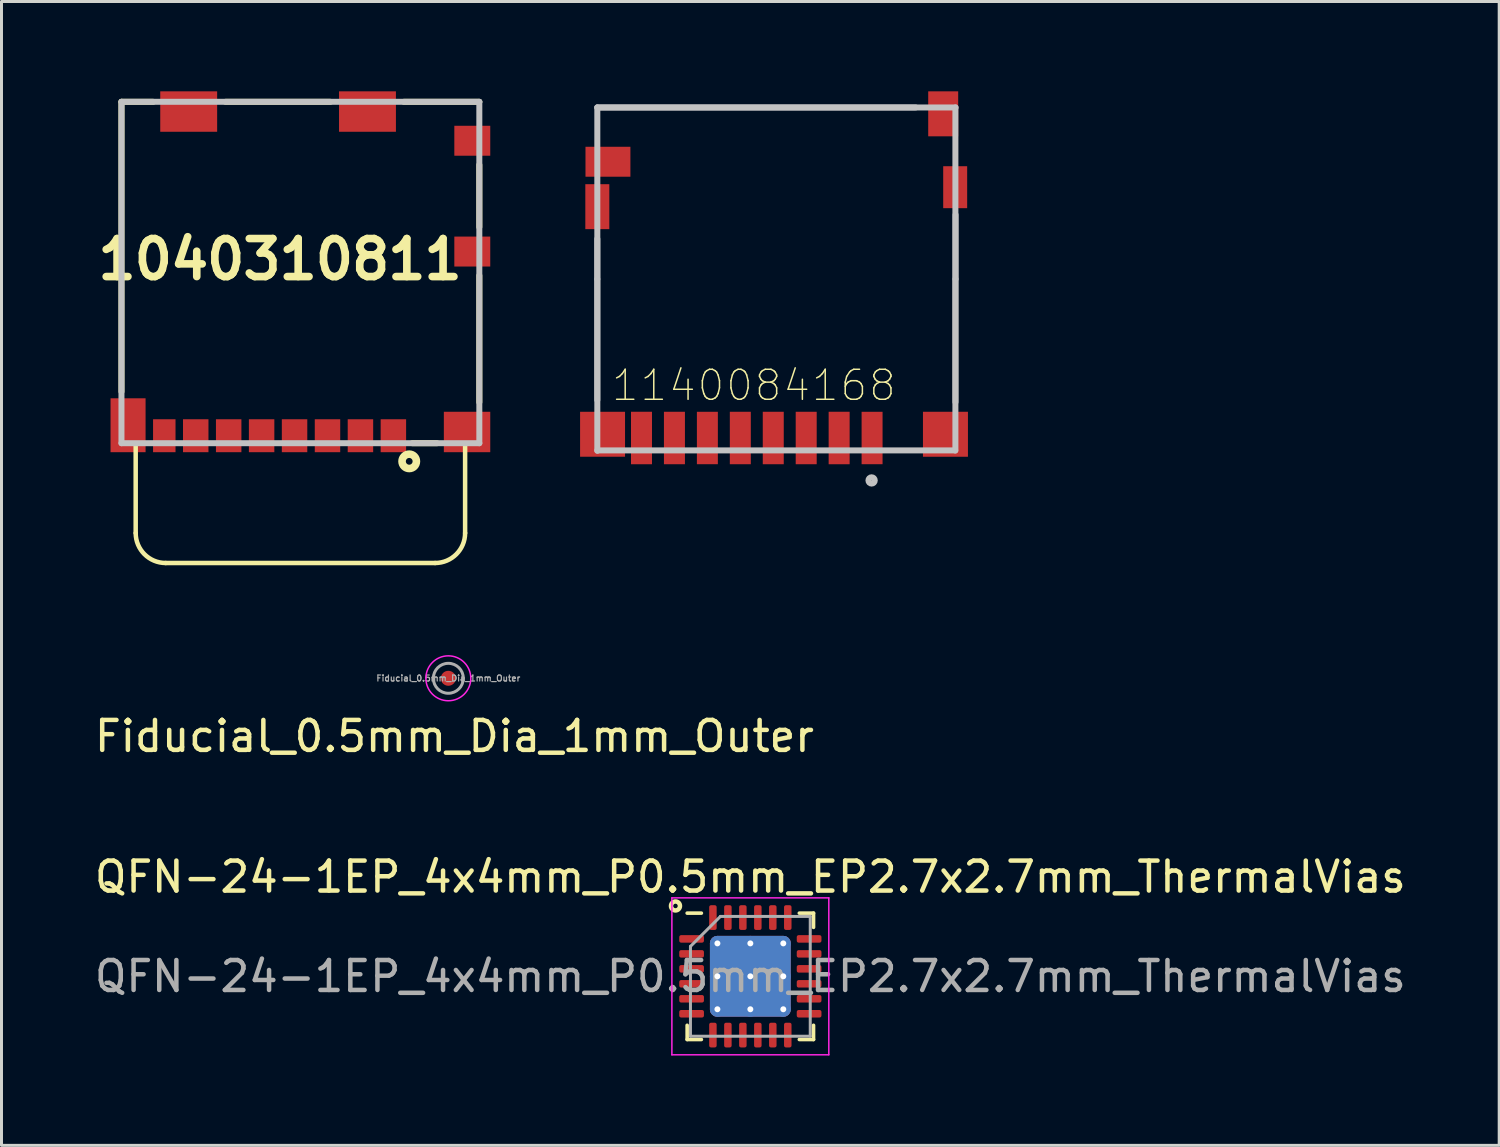
<source format=kicad_pcb>
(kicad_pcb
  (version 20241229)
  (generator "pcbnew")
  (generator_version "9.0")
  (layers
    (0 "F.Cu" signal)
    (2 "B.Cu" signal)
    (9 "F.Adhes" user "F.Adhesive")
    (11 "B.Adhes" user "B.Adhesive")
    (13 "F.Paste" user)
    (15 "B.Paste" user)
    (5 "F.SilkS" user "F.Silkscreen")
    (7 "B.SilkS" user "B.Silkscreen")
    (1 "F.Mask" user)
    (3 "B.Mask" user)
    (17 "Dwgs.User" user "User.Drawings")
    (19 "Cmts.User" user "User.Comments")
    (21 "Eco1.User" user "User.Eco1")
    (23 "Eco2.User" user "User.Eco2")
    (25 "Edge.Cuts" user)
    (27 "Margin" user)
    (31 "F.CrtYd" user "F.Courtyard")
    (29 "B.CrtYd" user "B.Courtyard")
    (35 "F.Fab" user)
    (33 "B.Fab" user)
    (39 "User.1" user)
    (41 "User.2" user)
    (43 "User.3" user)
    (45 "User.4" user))
  (footprint "1040310811"
    (layer "F.Cu")
    (at 6.981 11.75)
    (property "Reference" "1040310811" (at -0.679 -6.139 0) (layer "F.SilkS") (effects (font (size 1.27 1.27) (thickness 0.254))))
    (attr smd)
    (fp_line (start -5.975 -11.4) (end -5.975 -1.721) (stroke (width 0.2) (type solid)) (layer "F.SilkS"))
    (fp_line (start -5.975 -11.4) (end -4.914 -11.4) (stroke (width 0.2) (type solid)) (layer "F.SilkS"))
    (fp_line (start -5.5 0) (end -5.5 3) (stroke (width 0.15) (type solid)) (layer "F.SilkS"))
    (fp_line (start -4.5 4) (end 4.5 4) (stroke (width 0.15) (type solid)) (layer "F.SilkS"))
    (fp_line (start -2.5 -11.4) (end 1 -11.4) (stroke (width 0.2) (type solid)) (layer "F.SilkS"))
    (fp_line (start 3.739 0) (end 4.56 0) (stroke (width 0.2) (type solid)) (layer "F.SilkS"))
    (fp_line (start 5.5 3) (end 5.5 0) (stroke (width 0.15) (type solid)) (layer "F.SilkS"))
    (fp_line (start 5.975 -11.4) (end 3.455 -11.4) (stroke (width 0.2) (type solid)) (layer "F.SilkS"))
    (fp_line (start 5.975 -9.297) (end 5.975 -7.216) (stroke (width 0.2) (type solid)) (layer "F.SilkS"))
    (fp_line (start 5.975 -5.601) (end 5.975 -1.367) (stroke (width 0.2) (type solid)) (layer "F.SilkS"))
    (fp_arc (start -4.5 4) (mid -5.207107 3.707107) (end -5.5 3) (stroke (width 0.15) (type solid)) (layer "F.SilkS"))
    (fp_arc (start 5.5 3) (mid 5.207107 3.707107) (end 4.5 4) (stroke (width 0.15) (type solid)) (layer "F.SilkS"))
    (fp_circle (center 3.634 0.605) (end 3.521 0.605) (stroke (width 0.254) (type solid)) (fill no) (layer "F.SilkS"))
    (fp_line (start -5.975 -11.4) (end 5.975 -11.4) (stroke (width 0.2) (type solid)) (layer "Dwgs.User"))
    (fp_line (start -5.975 0) (end -5.975 -11.4) (stroke (width 0.2) (type solid)) (layer "Dwgs.User"))
    (fp_line (start 5.975 -11.4) (end 5.975 0) (stroke (width 0.2) (type solid)) (layer "Dwgs.User"))
    (fp_line (start 5.975 0) (end -5.975 0) (stroke (width 0.2) (type solid)) (layer "Dwgs.User"))
    (pad "1" smd rect (at 3.105 -0.25) (size 0.85 1.1) (layers "F.Cu" "F.Mask" "F.Paste"))
    (pad "2" smd rect (at 2.005 -0.25) (size 0.85 1.1) (layers "F.Cu" "F.Mask" "F.Paste"))
    (pad "3" smd rect (at 0.905 -0.25) (size 0.85 1.1) (layers "F.Cu" "F.Mask" "F.Paste"))
    (pad "4" smd rect (at -0.195 -0.25) (size 0.85 1.1) (layers "F.Cu" "F.Mask" "F.Paste"))
    (pad "5" smd rect (at -1.295 -0.25) (size 0.85 1.1) (layers "F.Cu" "F.Mask" "F.Paste"))
    (pad "6" smd rect (at -2.395 -0.25) (size 0.85 1.1) (layers "F.Cu" "F.Mask" "F.Paste"))
    (pad "7" smd rect (at -3.495 -0.25) (size 0.85 1.1) (layers "F.Cu" "F.Mask" "F.Paste"))
    (pad "8" smd rect (at -4.545 -0.25) (size 0.75 1.1) (layers "F.Cu" "F.Mask" "F.Paste"))
    (pad "9" smd rect (at 5.74 -6.4 90) (size 1 1.2) (layers "F.Cu" "F.Mask" "F.Paste"))
    (pad "10" smd rect (at 5.74 -10.1 90) (size 1 1.2) (layers "F.Cu" "F.Mask" "F.Paste"))
    (pad "11" smd rect (at -5.755 -0.6) (size 1.17 1.8) (layers "F.Cu" "F.Mask" "F.Paste"))
    (pad "11" smd rect (at -3.73 -11.075 90) (size 1.35 1.9) (layers "F.Cu" "F.Mask" "F.Paste"))
    (pad "11" smd rect (at 2.24 -11.075 90) (size 1.35 1.9) (layers "F.Cu" "F.Mask" "F.Paste"))
    (pad "11" smd rect (at 5.565 -0.375 90) (size 1.35 1.55) (layers "F.Cu" "F.Mask" "F.Paste")))
  (footprint "1140084168"
    (layer "F.Cu")
    (at 16.896 0.538)
    (property "Reference" "1140084168" (at 5.225 9.284 0) (layer "F.SilkS") (effects (font (size 1.002 1.002) (thickness 0.05))))
    (attr smd)
    (fp_line (start 0 0) (end 10.631 0) (stroke (width 0.2) (type solid)) (layer "Dwgs.User"))
    (fp_line (start 0 0) (end 11.963 0) (stroke (width 0.2) (type solid)) (layer "Dwgs.User"))
    (fp_line (start 0 5.729) (end 0 4.388) (stroke (width 0.2) (type solid)) (layer "Dwgs.User"))
    (fp_line (start 0 5.735) (end 0 9.771) (stroke (width 0.2) (type solid)) (layer "Dwgs.User"))
    (fp_line (start 0 11.466) (end 0 0) (stroke (width 0.2) (type solid)) (layer "Dwgs.User"))
    (fp_line (start 11.951 11.451) (end 0 11.451) (stroke (width 0.2) (type solid)) (layer "Dwgs.User"))
    (fp_line (start 11.957 0) (end 11.957 11.457) (stroke (width 0.2) (type solid)) (layer "Dwgs.User"))
    (fp_line (start 11.96 5.73) (end 11.96 9.841) (stroke (width 0.2) (type solid)) (layer "Dwgs.User"))
    (fp_line (start 11.963 5.731) (end 11.963 3.583) (stroke (width 0.2) (type solid)) (layer "Dwgs.User"))
    (fp_circle (center 9.159 12.455) (end 9.265 12.455) (stroke (width 0.2) (type solid)) (fill no) (layer "Dwgs.User"))
    (pad "1" smd rect (at 9.175 11.038 90) (size 1.75 0.7) (layers "F.Cu" "F.Mask" "F.Paste"))
    (pad "2" smd rect (at 8.075 11.038 90) (size 1.753 0.701) (layers "F.Cu" "F.Mask" "F.Paste"))
    (pad "3" smd rect (at 6.975 11.038 90) (size 1.752 0.701) (layers "F.Cu" "F.Mask" "F.Paste"))
    (pad "4" smd rect (at 5.875 11.038 90) (size 1.752 0.701) (layers "F.Cu" "F.Mask" "F.Paste"))
    (pad "5" smd rect (at 4.775 11.038 90) (size 1.752 0.701) (layers "F.Cu" "F.Mask" "F.Paste"))
    (pad "6" smd rect (at 3.675 11.038 90) (size 1.75 0.7) (layers "F.Cu" "F.Mask" "F.Paste"))
    (pad "7" smd rect (at 2.575 11.038 90) (size 1.752 0.701) (layers "F.Cu" "F.Mask" "F.Paste"))
    (pad "8" smd rect (at 1.475 11.038 90) (size 1.753 0.701) (layers "F.Cu" "F.Mask" "F.Paste"))
    (pad "9" smd rect (at 0.355 1.813) (size 1.5 1) (layers "F.Cu" "F.Mask" "F.Paste"))
    (pad "10" smd rect (at 11.55 0.213 90) (size 1.502 1.001) (layers "F.Cu" "F.Mask" "F.Paste"))
    (pad "11" smd rect (at 0 3.313 90) (size 1.501 0.801) (layers "F.Cu" "F.Mask" "F.Paste"))
    (pad "11" smd rect (at 0.175 10.913) (size 1.501 1.501) (layers "F.Cu" "F.Mask" "F.Paste"))
    (pad "11" smd rect (at 11.625 10.913) (size 1.502 1.502) (layers "F.Cu" "F.Mask" "F.Paste"))
    (pad "11" smd rect (at 11.95 2.663 90) (size 1.401 0.8) (layers "F.Cu" "F.Mask" "F.Paste")))
  (footprint "QFN-24-1EP_4x4mm_P0.5mm_EP2.7x2.7mm_ThermalVias"
    (layer "F.Cu")
    (at 22.006 29.552)
    (property "Reference" "QFN-24-1EP_4x4mm_P0.5mm_EP2.7x2.7mm_ThermalVias" (at 0 -3.32 0) (layer "F.SilkS") (effects (font (size 1 1) (thickness 0.15))))
    (attr smd)
    (fp_line (start -2.11 2.11) (end -2.11 1.635) (stroke (width 0.12) (type solid)) (layer "F.SilkS"))
    (fp_line (start -1.635 -2.11) (end -2.11 -2.11) (stroke (width 0.12) (type solid)) (layer "F.SilkS"))
    (fp_line (start -1.635 2.11) (end -2.11 2.11) (stroke (width 0.12) (type solid)) (layer "F.SilkS"))
    (fp_line (start 1.635 -2.11) (end 2.11 -2.11) (stroke (width 0.12) (type solid)) (layer "F.SilkS"))
    (fp_line (start 1.635 2.11) (end 2.11 2.11) (stroke (width 0.12) (type solid)) (layer "F.SilkS"))
    (fp_line (start 2.11 -2.11) (end 2.11 -1.635) (stroke (width 0.12) (type solid)) (layer "F.SilkS"))
    (fp_line (start 2.11 2.11) (end 2.11 1.635) (stroke (width 0.12) (type solid)) (layer "F.SilkS"))
    (fp_circle (center -2.5 -2.35) (end -2.5 -2.2) (stroke (width 0.15) (type solid)) (fill no) (layer "F.SilkS"))
    (fp_line (start -2.62 -2.62) (end -2.62 2.62) (stroke (width 0.05) (type solid)) (layer "F.CrtYd"))
    (fp_line (start -2.62 2.62) (end 2.62 2.62) (stroke (width 0.05) (type solid)) (layer "F.CrtYd"))
    (fp_line (start 2.62 -2.62) (end -2.62 -2.62) (stroke (width 0.05) (type solid)) (layer "F.CrtYd"))
    (fp_line (start 2.62 2.62) (end 2.62 -2.62) (stroke (width 0.05) (type solid)) (layer "F.CrtYd"))
    (fp_line (start -2 -1) (end -1 -2) (stroke (width 0.1) (type solid)) (layer "F.Fab"))
    (fp_line (start -2 2) (end -2 -1) (stroke (width 0.1) (type solid)) (layer "F.Fab"))
    (fp_line (start -1 -2) (end 2 -2) (stroke (width 0.1) (type solid)) (layer "F.Fab"))
    (fp_line (start 2 -2) (end 2 2) (stroke (width 0.1) (type solid)) (layer "F.Fab"))
    (fp_line (start 2 2) (end -2 2) (stroke (width 0.1) (type solid)) (layer "F.Fab"))
    (fp_text user "${REFERENCE}" (at 0 0 0) (layer "F.Fab") (effects (font (size 1 1) (thickness 0.15))))
    (pad "" smd roundrect (at -0.675 -0.675) (size 1.17 1.17) (layers "F.Paste") (roundrect_rratio 0.214))
    (pad "" smd roundrect (at -0.675 0.675) (size 1.17 1.17) (layers "F.Paste") (roundrect_rratio 0.214))
    (pad "" smd roundrect (at 0.675 -0.675) (size 1.17 1.17) (layers "F.Paste") (roundrect_rratio 0.214))
    (pad "" smd roundrect (at 0.675 0.675) (size 1.17 1.17) (layers "F.Paste") (roundrect_rratio 0.214))
    (pad "1" smd roundrect (at -1.962 -1.25) (size 0.825 0.25) (layers "F.Cu" "F.Mask" "F.Paste") (roundrect_rratio 0.25))
    (pad "2" smd roundrect (at -1.962 -0.75) (size 0.825 0.25) (layers "F.Cu" "F.Mask" "F.Paste") (roundrect_rratio 0.25))
    (pad "3" smd roundrect (at -1.962 -0.25) (size 0.825 0.25) (layers "F.Cu" "F.Mask" "F.Paste") (roundrect_rratio 0.25))
    (pad "4" smd roundrect (at -1.962 0.25) (size 0.825 0.25) (layers "F.Cu" "F.Mask" "F.Paste") (roundrect_rratio 0.25))
    (pad "5" smd roundrect (at -1.962 0.75) (size 0.825 0.25) (layers "F.Cu" "F.Mask" "F.Paste") (roundrect_rratio 0.25))
    (pad "6" smd roundrect (at -1.962 1.25) (size 0.825 0.25) (layers "F.Cu" "F.Mask" "F.Paste") (roundrect_rratio 0.25))
    (pad "7" smd roundrect (at -1.25 1.962) (size 0.25 0.825) (layers "F.Cu" "F.Mask" "F.Paste") (roundrect_rratio 0.25))
    (pad "8" smd roundrect (at -0.75 1.962) (size 0.25 0.825) (layers "F.Cu" "F.Mask" "F.Paste") (roundrect_rratio 0.25))
    (pad "9" smd roundrect (at -0.25 1.962) (size 0.25 0.825) (layers "F.Cu" "F.Mask" "F.Paste") (roundrect_rratio 0.25))
    (pad "10" smd roundrect (at 0.25 1.962) (size 0.25 0.825) (layers "F.Cu" "F.Mask" "F.Paste") (roundrect_rratio 0.25))
    (pad "11" smd roundrect (at 0.75 1.962) (size 0.25 0.825) (layers "F.Cu" "F.Mask" "F.Paste") (roundrect_rratio 0.25))
    (pad "12" smd roundrect (at 1.25 1.962) (size 0.25 0.825) (layers "F.Cu" "F.Mask" "F.Paste") (roundrect_rratio 0.25))
    (pad "13" smd roundrect (at 1.962 1.25) (size 0.825 0.25) (layers "F.Cu" "F.Mask" "F.Paste") (roundrect_rratio 0.25))
    (pad "14" smd roundrect (at 1.962 0.75) (size 0.825 0.25) (layers "F.Cu" "F.Mask" "F.Paste") (roundrect_rratio 0.25))
    (pad "15" smd roundrect (at 1.962 0.25) (size 0.825 0.25) (layers "F.Cu" "F.Mask" "F.Paste") (roundrect_rratio 0.25))
    (pad "16" smd roundrect (at 1.962 -0.25) (size 0.825 0.25) (layers "F.Cu" "F.Mask" "F.Paste") (roundrect_rratio 0.25))
    (pad "17" smd roundrect (at 1.962 -0.75) (size 0.825 0.25) (layers "F.Cu" "F.Mask" "F.Paste") (roundrect_rratio 0.25))
    (pad "18" smd roundrect (at 1.962 -1.25) (size 0.825 0.25) (layers "F.Cu" "F.Mask" "F.Paste") (roundrect_rratio 0.25))
    (pad "19" smd roundrect (at 1.25 -1.962) (size 0.25 0.825) (layers "F.Cu" "F.Mask" "F.Paste") (roundrect_rratio 0.25))
    (pad "20" smd roundrect (at 0.75 -1.962) (size 0.25 0.825) (layers "F.Cu" "F.Mask" "F.Paste") (roundrect_rratio 0.25))
    (pad "21" smd roundrect (at 0.25 -1.962) (size 0.25 0.825) (layers "F.Cu" "F.Mask" "F.Paste") (roundrect_rratio 0.25))
    (pad "22" smd roundrect (at -0.25 -1.962) (size 0.25 0.825) (layers "F.Cu" "F.Mask" "F.Paste") (roundrect_rratio 0.25))
    (pad "23" smd roundrect (at -0.75 -1.962) (size 0.25 0.825) (layers "F.Cu" "F.Mask" "F.Paste") (roundrect_rratio 0.25))
    (pad "24" smd roundrect (at -1.25 -1.962) (size 0.25 0.825) (layers "F.Cu" "F.Mask" "F.Paste") (roundrect_rratio 0.25))
    (pad "25" thru_hole circle (at -1.1 -1.1) (size 0.5 0.5) (drill 0.2) (layers "*.Cu"))
    (pad "25" thru_hole circle (at -1.1 0) (size 0.5 0.5) (drill 0.2) (layers "*.Cu"))
    (pad "25" thru_hole circle (at -1.1 1.1) (size 0.5 0.5) (drill 0.2) (layers "*.Cu"))
    (pad "25" thru_hole circle (at 0 -1.1) (size 0.5 0.5) (drill 0.2) (layers "*.Cu"))
    (pad "25" thru_hole circle (at 0 0) (size 0.5 0.5) (drill 0.2) (layers "*.Cu"))
    (pad "25" smd roundrect (at 0 0) (size 2.7 2.7) (layers "F.Cu" "F.Mask") (roundrect_rratio 0.093))
    (pad "25" smd roundrect (at 0 0) (size 2.7 2.7) (layers "B.Cu") (roundrect_rratio 0.093))
    (pad "25" thru_hole circle (at 0 1.1) (size 0.5 0.5) (drill 0.2) (layers "*.Cu"))
    (pad "25" thru_hole circle (at 1.1 -1.1) (size 0.5 0.5) (drill 0.2) (layers "*.Cu"))
    (pad "25" thru_hole circle (at 1.1 0) (size 0.5 0.5) (drill 0.2) (layers "*.Cu"))
    (pad "25" thru_hole circle (at 1.1 1.1) (size 0.5 0.5) (drill 0.2) (layers "*.Cu")))
  (footprint "Fiducial_0.5mm_Dia_1mm_Outer"
    (layer "F.Cu")
    (at 11.921 19.6)
    (property "Reference" "Fiducial_0.5mm_Dia_1mm_Outer" (at 0.204 1.935 0) (layer "F.SilkS") (effects (font (size 1 1) (thickness 0.15))))
    (attr exclude_from_pos_files exclude_from_bom)
    (fp_circle (center 0 0) (end 0.103 0) (stroke (width 0.3) (type solid)) (fill no) (layer "F.Paste"))
    (fp_circle (center 0 0) (end 0.75 0) (stroke (width 0.05) (type solid)) (fill no) (layer "F.CrtYd"))
    (fp_circle (center 0 0) (end 0.5 0) (stroke (width 0.1) (type solid)) (fill no) (layer "F.Fab"))
    (fp_text user "${REFERENCE}" (at 0 0 0) (layer "F.Fab") (effects (font (size 0.2 0.2) (thickness 0.04))))
    (pad "~" smd circle (at 0 0) (size 0.5 0.5) (layers "F.Cu" "F.Mask")))
  (gr_rect
    (start -3 -3)
    (end 47.012 35.197)
    (stroke (width 0.1) (type default))
    (fill no)
    (layer "Edge.Cuts")))
</source>
